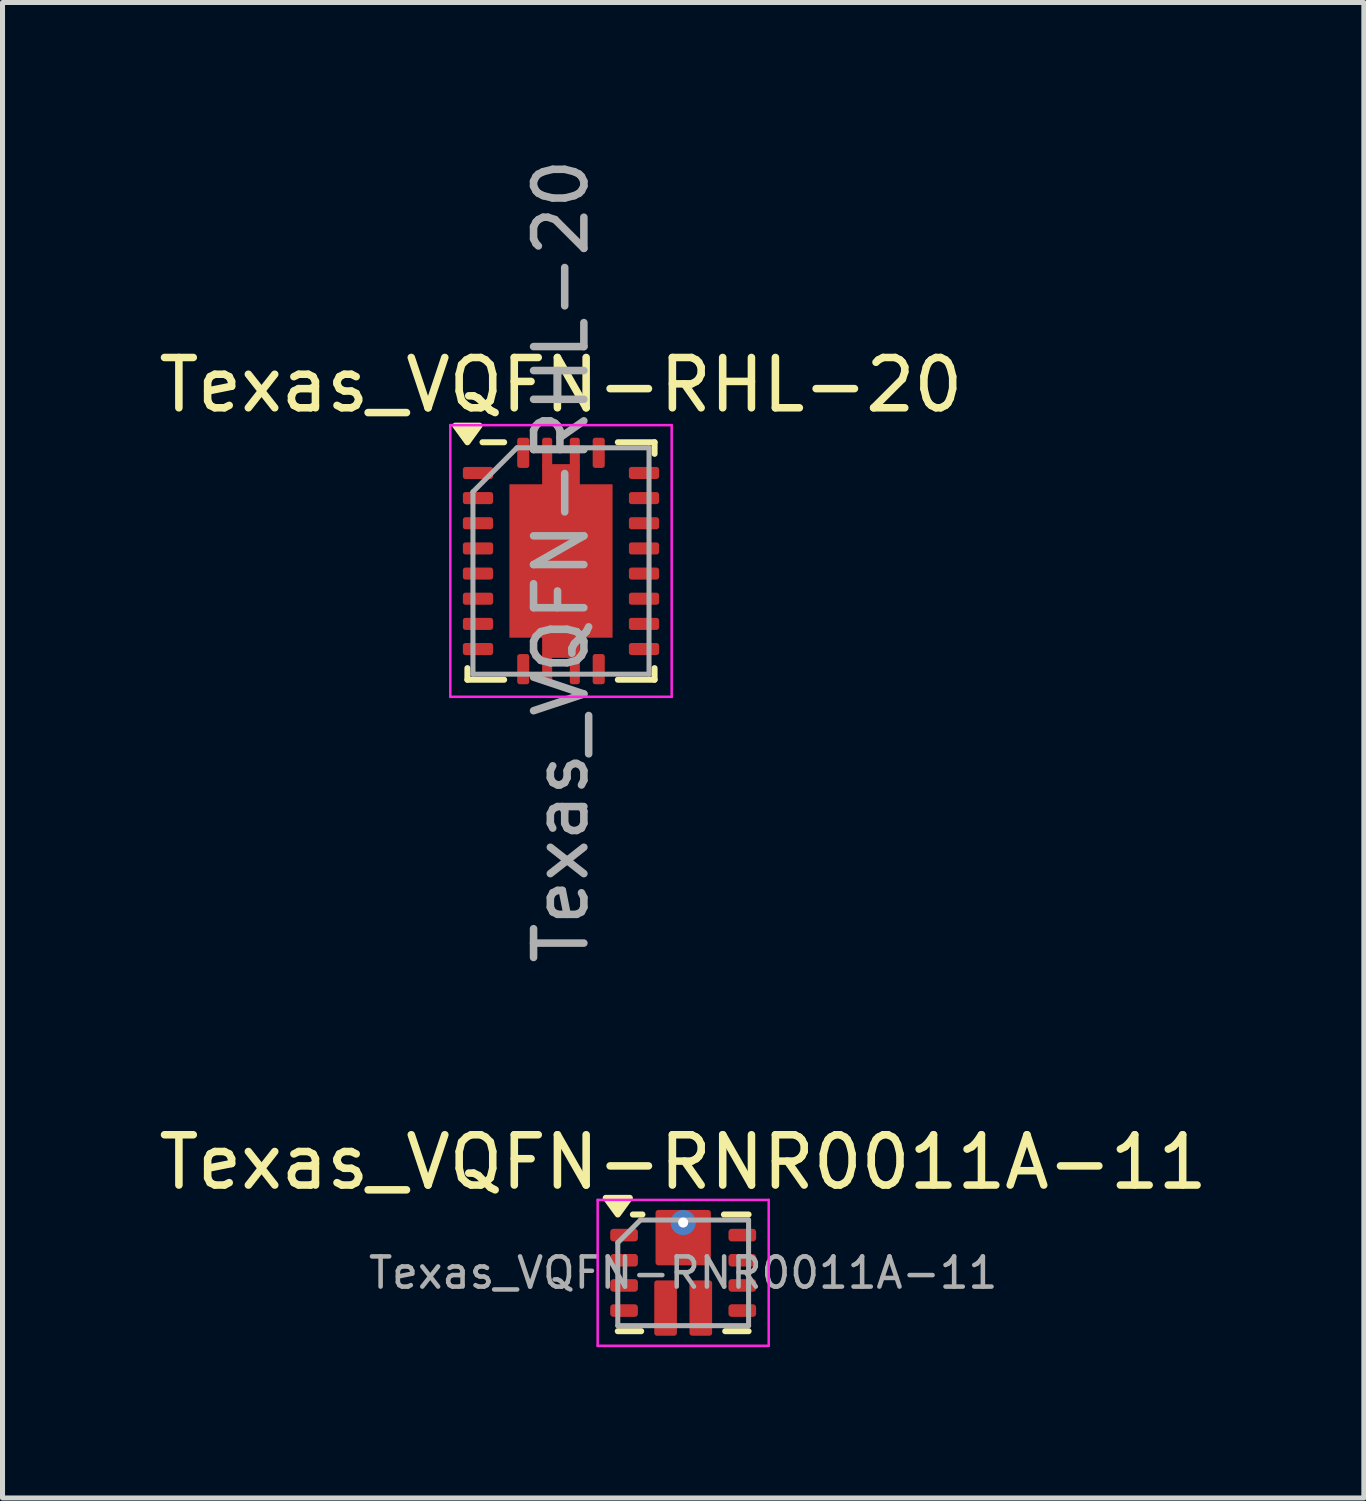
<source format=kicad_pcb>
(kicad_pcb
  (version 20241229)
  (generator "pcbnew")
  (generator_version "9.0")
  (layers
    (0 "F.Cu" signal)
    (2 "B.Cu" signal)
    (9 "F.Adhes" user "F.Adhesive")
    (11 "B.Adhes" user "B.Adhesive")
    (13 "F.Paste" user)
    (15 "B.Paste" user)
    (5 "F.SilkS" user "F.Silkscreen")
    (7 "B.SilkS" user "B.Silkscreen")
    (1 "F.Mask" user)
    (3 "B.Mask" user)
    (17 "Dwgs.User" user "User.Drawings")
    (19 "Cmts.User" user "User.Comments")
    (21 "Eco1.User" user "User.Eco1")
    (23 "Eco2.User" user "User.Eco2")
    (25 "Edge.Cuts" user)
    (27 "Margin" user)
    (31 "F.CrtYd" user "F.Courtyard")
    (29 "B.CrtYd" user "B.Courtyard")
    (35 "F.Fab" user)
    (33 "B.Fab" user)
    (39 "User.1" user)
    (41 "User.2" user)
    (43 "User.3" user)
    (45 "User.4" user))
  (footprint "Texas_VQFN-RNR0011A-11"
    (layer "F.Cu")
    (at 10.53 22.251)
    (property "Reference" "Texas_VQFN-RNR0011A-11" (at 0 -2.2 0) (layer "F.SilkS") (effects (font (size 1 1) (thickness 0.15))))
    (attr smd)
    (fp_arc (start -0.2 -0.77) (mid -0.270711 -0.799289) (end -0.3 -0.87) (stroke (width 0.1) (type default)) (layer "F.Mask"))
    (fp_arc (start 0.3 -0.87) (mid 0.270711 -0.799289) (end 0.2 -0.77) (stroke (width 0.1) (type default)) (layer "F.Mask"))
    (fp_line (start -1.3 1.16) (end -0.835 1.16) (stroke (width 0.12) (type solid)) (layer "F.SilkS"))
    (fp_line (start -1 -1.16) (end -0.81 -1.16) (stroke (width 0.12) (type solid)) (layer "F.SilkS"))
    (fp_line (start 0.81 -1.16) (end 1.3 -1.16) (stroke (width 0.12) (type solid)) (layer "F.SilkS"))
    (fp_line (start 0.835 1.16) (end 1.3 1.16) (stroke (width 0.12) (type solid)) (layer "F.SilkS"))
    (fp_poly (pts (xy -1.3 -1.16) (xy -1.54 -1.49) (xy -1.06 -1.49) (xy -1.3 -1.16)) (stroke (width 0.12) (type solid)) (fill yes) (layer "F.SilkS"))
    (fp_line (start -1.7 -1.45) (end -1.7 1.45) (stroke (width 0.05) (type solid)) (layer "F.CrtYd"))
    (fp_line (start -1.7 -1.45) (end 1.7 -1.45) (stroke (width 0.05) (type solid)) (layer "F.CrtYd"))
    (fp_line (start -1.7 1.45) (end 1.7 1.45) (stroke (width 0.05) (type solid)) (layer "F.CrtYd"))
    (fp_line (start 1.7 -1.45) (end 1.7 1.45) (stroke (width 0.05) (type solid)) (layer "F.CrtYd"))
    (fp_line (start -1.3 -0.6) (end -1.3 1.05) (stroke (width 0.1) (type solid)) (layer "F.Fab"))
    (fp_line (start -1.3 1.05) (end 1.3 1.05) (stroke (width 0.1) (type solid)) (layer "F.Fab"))
    (fp_line (start -0.85 -1.05) (end -1.3 -0.6) (stroke (width 0.1) (type default)) (layer "F.Fab"))
    (fp_line (start -0.85 -1.05) (end 1.3 -1.05) (stroke (width 0.1) (type solid)) (layer "F.Fab"))
    (fp_line (start 1.3 -1.05) (end 1.3 1.05) (stroke (width 0.1) (type solid)) (layer "F.Fab"))
    (fp_text user "${REFERENCE}" (at 0 0 0) (layer "F.Fab") (effects (font (size 0.6 0.6) (thickness 0.09))))
    (pad "" smd roundrect (at -0.375 -1.06) (size 0.25 0.28) (layers "F.Paste") (roundrect_rratio 0.1))
    (pad "" smd roundrect (at -0.375 -0.7) (size 0.25 1) (layers "F.Mask") (roundrect_rratio 0.15))
    (pad "" smd roundrect (at -0.35 0.74) (size 0.35 0.92) (layers "F.Paste") (roundrect_rratio 0.1))
    (pad "" smd roundrect (at 0 -0.51) (size 1 0.62) (layers "F.Mask") (roundrect_rratio 0.1))
    (pad "" smd roundrect (at 0 -0.46) (size 1 0.52) (layers "F.Paste") (roundrect_rratio 0.1))
    (pad "" smd roundrect (at 0.35 0.74) (size 0.35 0.92) (layers "F.Paste") (roundrect_rratio 0.1))
    (pad "" smd roundrect (at 0.375 -1.06) (size 0.25 0.28) (layers "F.Paste") (roundrect_rratio 0.1))
    (pad "" smd roundrect (at 0.375 -0.7) (size 0.25 1) (layers "F.Mask") (roundrect_rratio 0.15))
    (pad "1" smd roundrect (at -1.175 -0.75) (size 0.55 0.25) (layers "F.Cu" "F.Mask" "F.Paste") (roundrect_rratio 0.25))
    (pad "2" smd roundrect (at -1.175 -0.25) (size 0.55 0.25) (layers "F.Cu" "F.Mask" "F.Paste") (roundrect_rratio 0.25))
    (pad "3" smd roundrect (at -1.175 0.25) (size 0.55 0.25) (layers "F.Cu" "F.Mask" "F.Paste") (roundrect_rratio 0.25))
    (pad "4" smd roundrect (at -1.175 0.75) (size 0.55 0.25) (layers "F.Cu" "F.Mask" "F.Paste") (roundrect_rratio 0.25))
    (pad "5" smd roundrect (at -0.35 0.7) (size 0.45 1.1) (layers "F.Cu" "F.Mask") (roundrect_rratio 0.12))
    (pad "6" smd roundrect (at 0.35 0.7) (size 0.45 1.1) (layers "F.Cu" "F.Mask") (roundrect_rratio 0.12))
    (pad "7" smd roundrect (at 1.175 0.75 180) (size 0.55 0.25) (layers "F.Cu" "F.Mask" "F.Paste") (roundrect_rratio 0.25))
    (pad "8" smd roundrect (at 1.175 0.25 180) (size 0.55 0.25) (layers "F.Cu" "F.Mask" "F.Paste") (roundrect_rratio 0.25))
    (pad "9" smd roundrect (at 1.175 -0.25 180) (size 0.55 0.25) (layers "F.Cu" "F.Mask" "F.Paste") (roundrect_rratio 0.25))
    (pad "10" smd roundrect (at 1.175 -0.75 180) (size 0.55 0.25) (layers "F.Cu" "F.Mask" "F.Paste") (roundrect_rratio 0.25))
    (pad "11" thru_hole circle (at 0 -1) (size 0.5 0.5) (drill 0.2) (layers "*.Cu"))
    (pad "11" smd roundrect (at 0 -0.7) (size 1.1 1.1) (layers "F.Cu") (roundrect_rratio 0.05)))
  (footprint "Texas_VQFN-RHL-20"
    (layer "F.Cu")
    (at 8.101 8.101)
    (property "Reference" "Texas_VQFN-RHL-20" (at 0 -3.5 0) (layer "F.SilkS") (effects (font (size 1 1) (thickness 0.15))))
    (attr smd)
    (fp_line (start -1.86 2.13) (end -1.86 2.36) (stroke (width 0.12) (type solid)) (layer "F.SilkS"))
    (fp_line (start -1.86 2.36) (end -1.13 2.36) (stroke (width 0.12) (type solid)) (layer "F.SilkS"))
    (fp_line (start -1.13 -2.36) (end -1.56 -2.36) (stroke (width 0.12) (type solid)) (layer "F.SilkS"))
    (fp_line (start 1.13 -2.36) (end 1.86 -2.36) (stroke (width 0.12) (type solid)) (layer "F.SilkS"))
    (fp_line (start 1.13 2.36) (end 1.86 2.36) (stroke (width 0.12) (type solid)) (layer "F.SilkS"))
    (fp_line (start 1.86 -2.36) (end 1.86 -2.13) (stroke (width 0.12) (type solid)) (layer "F.SilkS"))
    (fp_line (start 1.86 2.13) (end 1.86 2.36) (stroke (width 0.12) (type solid)) (layer "F.SilkS"))
    (fp_poly (pts (xy -1.86 -2.36) (xy -2.1 -2.69) (xy -1.62 -2.69) (xy -1.86 -2.36)) (stroke (width 0.12) (type solid)) (fill yes) (layer "F.SilkS"))
    (fp_line (start -2.2 -2.7) (end -2.2 2.7) (stroke (width 0.05) (type solid)) (layer "F.CrtYd"))
    (fp_line (start -2.2 -2.7) (end 2.2 -2.7) (stroke (width 0.05) (type solid)) (layer "F.CrtYd"))
    (fp_line (start -2.2 2.7) (end 2.2 2.7) (stroke (width 0.05) (type solid)) (layer "F.CrtYd"))
    (fp_line (start 2.2 -2.7) (end 2.2 2.7) (stroke (width 0.05) (type solid)) (layer "F.CrtYd"))
    (fp_line (start -1.75 -1.375) (end -1.75 2.25) (stroke (width 0.1) (type solid)) (layer "F.Fab"))
    (fp_line (start -1.75 -1.375) (end -0.875 -2.25) (stroke (width 0.1) (type solid)) (layer "F.Fab"))
    (fp_line (start -1.75 2.25) (end 1.75 2.25) (stroke (width 0.1) (type solid)) (layer "F.Fab"))
    (fp_line (start -0.875 -2.25) (end 1.75 -2.25) (stroke (width 0.1) (type solid)) (layer "F.Fab"))
    (fp_line (start 1.75 -2.25) (end 1.75 2.25) (stroke (width 0.1) (type solid)) (layer "F.Fab"))
    (fp_text user "${REFERENCE}" (at 0 0 90) (layer "F.Fab") (effects (font (size 1 1) (thickness 0.15))))
    (pad "" smd rect (at -0.56 -1.05) (size 0.92 0.85) (layers "F.Paste"))
    (pad "" smd rect (at -0.56 0) (size 0.92 0.85) (layers "F.Paste"))
    (pad "" smd rect (at -0.56 1.05) (size 0.92 0.85) (layers "F.Paste"))
    (pad "" smd rect (at 0 -1.8) (size 0.75 0.25) (layers "F.Paste"))
    (pad "" smd rect (at 0 1.8) (size 0.75 0.25) (layers "F.Paste"))
    (pad "" smd rect (at 0.56 -1.05) (size 0.92 0.85) (layers "F.Paste"))
    (pad "" smd rect (at 0.56 0) (size 0.92 0.85) (layers "F.Paste"))
    (pad "" smd rect (at 0.56 1.05) (size 0.92 0.85) (layers "F.Paste"))
    (pad "1" smd roundrect (at -0.75 -2.15) (size 0.24 0.6) (layers "F.Cu" "F.Mask" "F.Paste") (roundrect_rratio 0.21))
    (pad "2" smd roundrect (at -1.65 -1.75) (size 0.6 0.24) (layers "F.Cu" "F.Mask" "F.Paste") (roundrect_rratio 0.21))
    (pad "3" smd roundrect (at -1.65 -1.25) (size 0.6 0.24) (layers "F.Cu" "F.Mask" "F.Paste") (roundrect_rratio 0.21))
    (pad "4" smd roundrect (at -1.65 -0.75) (size 0.6 0.24) (layers "F.Cu" "F.Mask" "F.Paste") (roundrect_rratio 0.21))
    (pad "5" smd roundrect (at -1.65 -0.25) (size 0.6 0.24) (layers "F.Cu" "F.Mask" "F.Paste") (roundrect_rratio 0.21))
    (pad "6" smd roundrect (at -1.65 0.25) (size 0.6 0.24) (layers "F.Cu" "F.Mask" "F.Paste") (roundrect_rratio 0.21))
    (pad "7" smd roundrect (at -1.65 0.75) (size 0.6 0.24) (layers "F.Cu" "F.Mask" "F.Paste") (roundrect_rratio 0.21))
    (pad "8" smd roundrect (at -1.65 1.25) (size 0.6 0.24) (layers "F.Cu" "F.Mask" "F.Paste") (roundrect_rratio 0.21))
    (pad "9" smd roundrect (at -1.65 1.75) (size 0.6 0.24) (layers "F.Cu" "F.Mask" "F.Paste") (roundrect_rratio 0.21))
    (pad "10" smd roundrect (at -0.75 2.15) (size 0.24 0.6) (layers "F.Cu" "F.Mask" "F.Paste") (roundrect_rratio 0.21))
    (pad "11" smd roundrect (at 0.75 2.15) (size 0.24 0.6) (layers "F.Cu" "F.Mask" "F.Paste") (roundrect_rratio 0.21))
    (pad "12" smd roundrect (at 1.65 1.75) (size 0.6 0.24) (layers "F.Cu" "F.Mask" "F.Paste") (roundrect_rratio 0.21))
    (pad "13" smd roundrect (at 1.65 1.25) (size 0.6 0.24) (layers "F.Cu" "F.Mask" "F.Paste") (roundrect_rratio 0.21))
    (pad "14" smd roundrect (at 1.65 0.75) (size 0.6 0.24) (layers "F.Cu" "F.Mask" "F.Paste") (roundrect_rratio 0.21))
    (pad "15" smd roundrect (at 1.65 0.25) (size 0.6 0.24) (layers "F.Cu" "F.Mask" "F.Paste") (roundrect_rratio 0.21))
    (pad "16" smd roundrect (at 1.65 -0.25) (size 0.6 0.24) (layers "F.Cu" "F.Mask" "F.Paste") (roundrect_rratio 0.21))
    (pad "17" smd roundrect (at 1.65 -0.75) (size 0.6 0.24) (layers "F.Cu" "F.Mask" "F.Paste") (roundrect_rratio 0.21))
    (pad "18" smd roundrect (at 1.65 -1.25) (size 0.6 0.24) (layers "F.Cu" "F.Mask" "F.Paste") (roundrect_rratio 0.21))
    (pad "19" smd roundrect (at 1.65 -1.75) (size 0.6 0.24) (layers "F.Cu" "F.Mask" "F.Paste") (roundrect_rratio 0.21))
    (pad "20" smd roundrect (at 0.75 -2.15) (size 0.24 0.6) (layers "F.Cu" "F.Mask" "F.Paste") (roundrect_rratio 0.21))
    (pad "21" smd roundrect (at -0.275 -2.15) (size 0.2 0.6) (layers "F.Cu" "F.Mask" "F.Paste") (roundrect_rratio 0.25))
    (pad "21" smd roundrect (at -0.275 2.15) (size 0.2 0.6) (layers "F.Cu" "F.Mask" "F.Paste") (roundrect_rratio 0.25))
    (pad "21" smd custom (at 0 0) (size 1.524 1.524) (layers "F.Cu" "F.Mask") (options (anchor rect)) (primitives (gr_poly (pts (xy 0.375 -1.525) (xy 1.025 -1.525) (xy 1.025 1.525) (xy 0.375 1.525) (xy 0.375 1.925) (xy -0.375 1.925) (xy -0.375 1.525) (xy -1.025 1.525) (xy -1.025 -1.525) (xy -0.375 -1.525) (xy -0.375 -1.925) (xy 0.375 -1.925)) (width 0) (fill yes))))
    (pad "21" smd roundrect (at 0.275 -2.15) (size 0.2 0.6) (layers "F.Cu" "F.Mask" "F.Paste") (roundrect_rratio 0.25))
    (pad "21" smd roundrect (at 0.275 2.15) (size 0.2 0.6) (layers "F.Cu" "F.Mask" "F.Paste") (roundrect_rratio 0.25)))
  (gr_rect
    (start -3 -3)
    (end 24.06 26.726)
    (stroke (width 0.1) (type default))
    (fill no)
    (layer "Edge.Cuts")))
</source>
